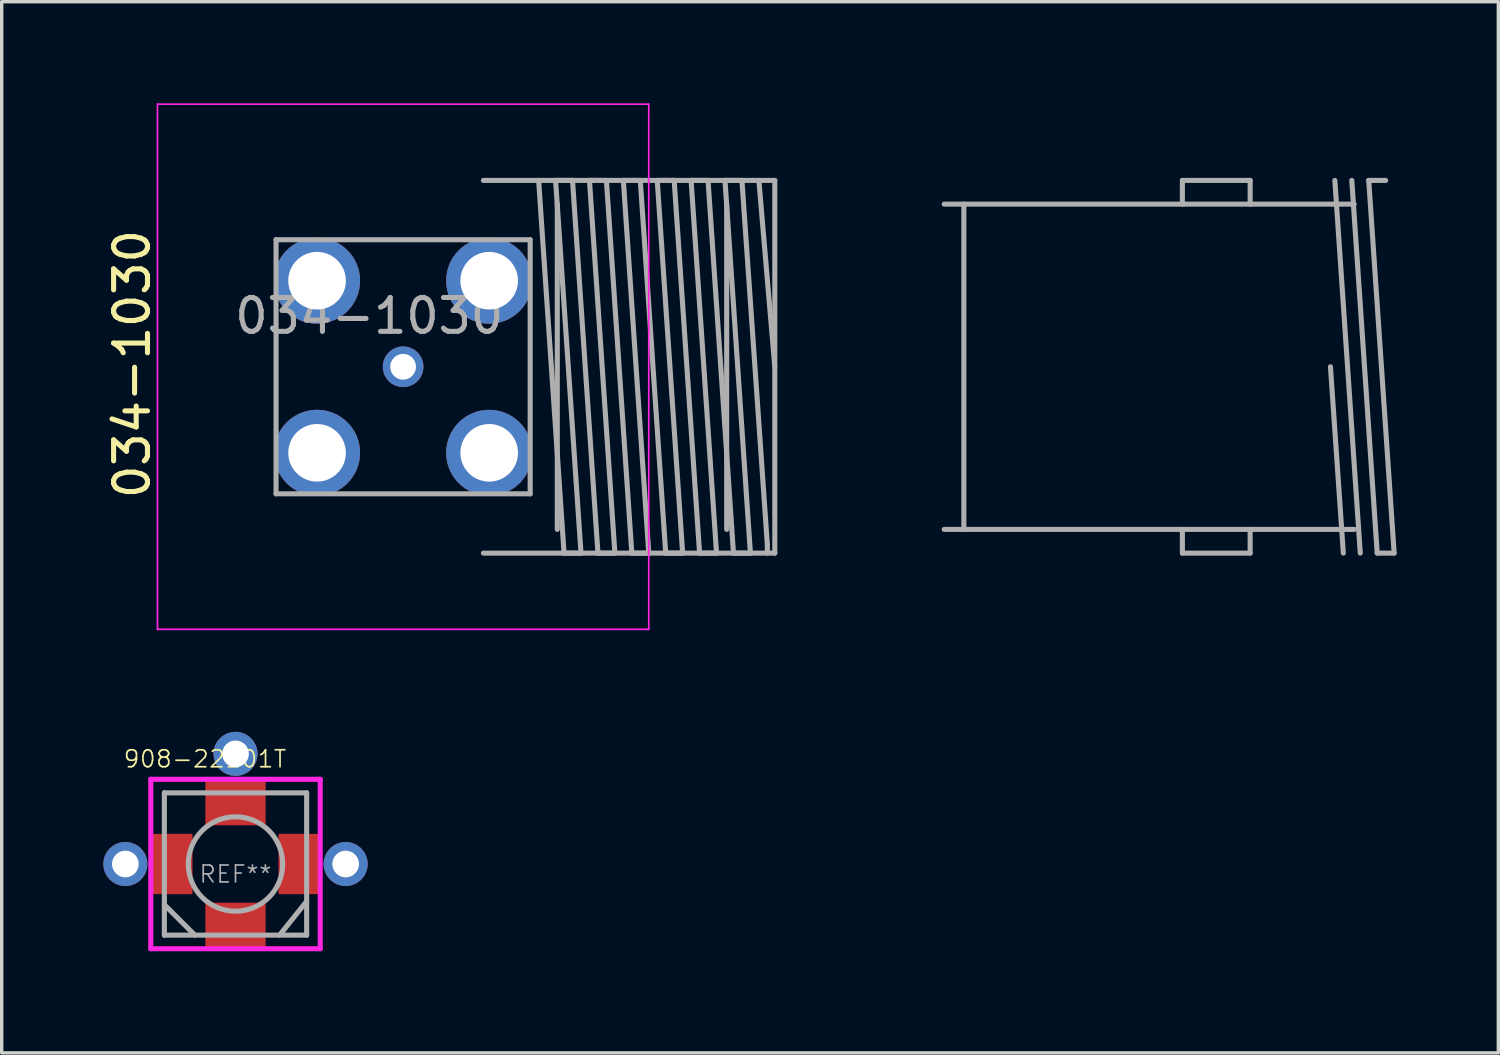
<source format=kicad_pcb>
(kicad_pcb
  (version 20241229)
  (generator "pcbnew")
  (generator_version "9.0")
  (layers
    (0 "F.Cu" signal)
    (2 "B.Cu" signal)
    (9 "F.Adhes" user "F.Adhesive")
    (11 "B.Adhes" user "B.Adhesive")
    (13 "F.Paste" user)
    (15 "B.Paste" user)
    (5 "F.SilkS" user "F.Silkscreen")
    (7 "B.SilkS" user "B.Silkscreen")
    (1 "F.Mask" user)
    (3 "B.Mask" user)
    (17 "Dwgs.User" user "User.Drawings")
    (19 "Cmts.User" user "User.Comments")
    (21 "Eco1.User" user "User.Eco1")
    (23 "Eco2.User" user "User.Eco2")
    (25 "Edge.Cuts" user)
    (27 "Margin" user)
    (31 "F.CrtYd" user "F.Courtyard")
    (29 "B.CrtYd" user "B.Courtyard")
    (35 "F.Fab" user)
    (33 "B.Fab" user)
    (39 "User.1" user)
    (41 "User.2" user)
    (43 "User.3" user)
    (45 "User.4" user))
  (footprint "908-22101T"
    (layer "F.Cu")
    (at 3.901 22.451)
    (property "Reference" "908-22101T" (at -0.9 -3.1 0) (layer "F.SilkS") (effects (font (size 0.5 0.5) (thickness 0.05))))
    (attr smd)
    (fp_line (start -2.5 -2.5) (end 2.5 -2.5) (stroke (width 0.15) (type solid)) (layer "F.CrtYd"))
    (fp_line (start -2.5 2.5) (end -2.5 -2.5) (stroke (width 0.15) (type solid)) (layer "F.CrtYd"))
    (fp_line (start 2.5 -2.5) (end 2.5 2.5) (stroke (width 0.15) (type solid)) (layer "F.CrtYd"))
    (fp_line (start 2.5 2.5) (end -2.5 2.5) (stroke (width 0.15) (type solid)) (layer "F.CrtYd"))
    (fp_line (start -2.1 -2.1) (end 2.1 -2.1) (stroke (width 0.15) (type solid)) (layer "F.Fab"))
    (fp_line (start -2.1 1.2) (end -1.2 2.1) (stroke (width 0.15) (type solid)) (layer "F.Fab"))
    (fp_line (start -2.1 2.1) (end -2.1 -2.1) (stroke (width 0.15) (type solid)) (layer "F.Fab"))
    (fp_line (start 2.1 -2.1) (end 2.1 2.1) (stroke (width 0.15) (type solid)) (layer "F.Fab"))
    (fp_line (start 2.1 1.1) (end 1.3 2.1) (stroke (width 0.15) (type solid)) (layer "F.Fab"))
    (fp_line (start 2.1 2.1) (end -2.1 2.1) (stroke (width 0.15) (type solid)) (layer "F.Fab"))
    (fp_circle (center 0 0) (end 1.3 0.5) (stroke (width 0.15) (type solid)) (fill no) (layer "F.Fab"))
    (fp_text user "REF**" (at 0 0.3 0) (layer "F.Fab") (effects (font (size 0.5 0.5) (thickness 0.05))))
    (pad "1" smd rect (at 0 1.841 90) (size 1.397 1.778) (layers "F.Cu" "F.Mask" "F.Paste"))
    (pad "2" thru_hole circle (at -3.251 0 90) (size 1.3 1.3) (drill 0.787) (layers "*.Cu" "*.Mask"))
    (pad "2" smd rect (at -1.905 0) (size 1.27 1.778) (layers "F.Cu" "F.Mask" "F.Paste"))
    (pad "2" thru_hole circle (at 0 -3.251 90) (size 1.3 1.3) (drill 0.787) (layers "*.Cu" "*.Mask"))
    (pad "2" smd rect (at 0 -1.841 90) (size 1.397 1.778) (layers "F.Cu" "F.Mask" "F.Paste"))
    (pad "2" smd rect (at 1.905 0) (size 1.27 1.778) (layers "F.Cu" "F.Mask" "F.Paste"))
    (pad "2" thru_hole circle (at 3.251 0 90) (size 1.3 1.3) (drill 0.787) (layers "*.Cu" "*.Mask")))
  (footprint "034-1030"
    (layer "F.Cu")
    (at 8.848 7.775)
    (property "Reference" "034-1030" (at -8 -0.08 90) (layer "F.SilkS") (effects (font (size 1 1) (thickness 0.15))))
    (attr through_hole)
    (fp_line (start -7.25 -7.75) (end -7.25 7.75) (stroke (width 0.05) (type solid)) (layer "F.CrtYd"))
    (fp_line (start -7.25 7.75) (end 7.25 7.75) (stroke (width 0.05) (type solid)) (layer "F.CrtYd"))
    (fp_line (start 7.25 -7.75) (end -7.25 -7.75) (stroke (width 0.05) (type solid)) (layer "F.CrtYd"))
    (fp_line (start 7.25 7.75) (end 7.25 -7.75) (stroke (width 0.05) (type solid)) (layer "F.CrtYd"))
    (fp_line (start -3.75 -3.75) (end -3.75 3.75) (stroke (width 0.15) (type solid)) (layer "F.Fab"))
    (fp_line (start -3.75 3.75) (end 3.75 3.75) (stroke (width 0.15) (type solid)) (layer "F.Fab"))
    (fp_line (start 3.75 -3.75) (end -3.75 -3.75) (stroke (width 0.15) (type solid)) (layer "F.Fab"))
    (fp_line (start 3.75 -3.75) (end 3.75 3.75) (stroke (width 0.15) (type solid)) (layer "F.Fab"))
    (fp_line (start 4 -5.5) (end 4.75 5.5) (stroke (width 0.15) (type solid)) (layer "F.Fab"))
    (fp_line (start 4.5 -5.5) (end 5 -5.5) (stroke (width 0.15) (type solid)) (layer "F.Fab"))
    (fp_line (start 4.55 -4.8) (end 4.55 4.8) (stroke (width 0.15) (type solid)) (layer "F.Fab"))
    (fp_line (start 4.75 5.5) (end 5.25 5.5) (stroke (width 0.15) (type solid)) (layer "F.Fab"))
    (fp_line (start 5 -5.5) (end 5.75 5.5) (stroke (width 0.15) (type solid)) (layer "F.Fab"))
    (fp_line (start 5.25 5.5) (end 4.5 -5.5) (stroke (width 0.15) (type solid)) (layer "F.Fab"))
    (fp_line (start 5.5 -5.5) (end 6 -5.5) (stroke (width 0.15) (type solid)) (layer "F.Fab"))
    (fp_line (start 5.75 5.5) (end 6.25 5.5) (stroke (width 0.15) (type solid)) (layer "F.Fab"))
    (fp_line (start 6 -5.5) (end 6.75 5.5) (stroke (width 0.15) (type solid)) (layer "F.Fab"))
    (fp_line (start 6.25 5.5) (end 5.5 -5.5) (stroke (width 0.15) (type solid)) (layer "F.Fab"))
    (fp_line (start 6.5 -5.5) (end 7 -5.5) (stroke (width 0.15) (type solid)) (layer "F.Fab"))
    (fp_line (start 6.75 5.5) (end 7.25 5.5) (stroke (width 0.15) (type solid)) (layer "F.Fab"))
    (fp_line (start 7 -5.5) (end 7.75 5.5) (stroke (width 0.15) (type solid)) (layer "F.Fab"))
    (fp_line (start 7.25 5.5) (end 6.5 -5.5) (stroke (width 0.15) (type solid)) (layer "F.Fab"))
    (fp_line (start 7.5 -5.5) (end 8 -5.5) (stroke (width 0.15) (type solid)) (layer "F.Fab"))
    (fp_line (start 7.75 5.5) (end 8.25 5.5) (stroke (width 0.15) (type solid)) (layer "F.Fab"))
    (fp_line (start 8 -5.5) (end 8.75 5.5) (stroke (width 0.15) (type solid)) (layer "F.Fab"))
    (fp_line (start 8.25 5.5) (end 7.5 -5.5) (stroke (width 0.15) (type solid)) (layer "F.Fab"))
    (fp_line (start 8.5 -5.5) (end 9 -5.5) (stroke (width 0.15) (type solid)) (layer "F.Fab"))
    (fp_line (start 8.75 5.5) (end 9.25 5.5) (stroke (width 0.15) (type solid)) (layer "F.Fab"))
    (fp_line (start 9 -5.5) (end 9.75 5.5) (stroke (width 0.15) (type solid)) (layer "F.Fab"))
    (fp_line (start 9.25 5.5) (end 8.5 -5.5) (stroke (width 0.15) (type solid)) (layer "F.Fab"))
    (fp_line (start 9.5 -5.5) (end 10 -5.5) (stroke (width 0.15) (type solid)) (layer "F.Fab"))
    (fp_line (start 9.55 -4.8) (end 9.55 4.8) (stroke (width 0.15) (type solid)) (layer "F.Fab"))
    (fp_line (start 9.75 5.5) (end 10.25 5.5) (stroke (width 0.15) (type solid)) (layer "F.Fab"))
    (fp_line (start 10 -5.5) (end 10.75 5.25) (stroke (width 0.15) (type solid)) (layer "F.Fab"))
    (fp_line (start 10.25 5.5) (end 9.5 -5.5) (stroke (width 0.15) (type solid)) (layer "F.Fab"))
    (fp_line (start 10.75 5.25) (end 10.75 5.5) (stroke (width 0.15) (type solid)) (layer "F.Fab"))
    (fp_line (start 10.97 -5.5) (end 2.37 -5.5) (stroke (width 0.15) (type solid)) (layer "F.Fab"))
    (fp_line (start 10.97 -5.5) (end 10.97 5.5) (stroke (width 0.15) (type solid)) (layer "F.Fab"))
    (fp_line (start 10.97 0) (end 10.5 -5.5) (stroke (width 0.15) (type solid)) (layer "F.Fab"))
    (fp_line (start 10.97 5.5) (end 2.37 5.5) (stroke (width 0.15) (type solid)) (layer "F.Fab"))
    (fp_line (start 15.97 -4.8) (end 28.07 -4.8) (stroke (width 0.15) (type solid)) (layer "F.Fab"))
    (fp_line (start 15.97 4.8) (end 28.07 4.8) (stroke (width 0.15) (type solid)) (layer "F.Fab"))
    (fp_line (start 16.55 -4.8) (end 16.55 4.8) (stroke (width 0.15) (type solid)) (layer "F.Fab"))
    (fp_line (start 23 -5.5) (end 25 -5.5) (stroke (width 0.15) (type solid)) (layer "F.Fab"))
    (fp_line (start 23 -4.8) (end 23 -5.5) (stroke (width 0.15) (type solid)) (layer "F.Fab"))
    (fp_line (start 23 4.8) (end 23 5.5) (stroke (width 0.15) (type solid)) (layer "F.Fab"))
    (fp_line (start 23 5.5) (end 25 5.5) (stroke (width 0.15) (type solid)) (layer "F.Fab"))
    (fp_line (start 25 -5.5) (end 25 -4.8) (stroke (width 0.15) (type solid)) (layer "F.Fab"))
    (fp_line (start 25 5.5) (end 25 4.8) (stroke (width 0.15) (type solid)) (layer "F.Fab"))
    (fp_line (start 27.75 5.5) (end 27.37 0) (stroke (width 0.15) (type solid)) (layer "F.Fab"))
    (fp_line (start 28 -5.5) (end 28.75 5.5) (stroke (width 0.15) (type solid)) (layer "F.Fab"))
    (fp_line (start 28.25 5.5) (end 27.5 -5.5) (stroke (width 0.15) (type solid)) (layer "F.Fab"))
    (fp_line (start 28.5 -5.5) (end 29 -5.5) (stroke (width 0.15) (type solid)) (layer "F.Fab"))
    (fp_line (start 28.75 5.5) (end 29.25 5.5) (stroke (width 0.15) (type solid)) (layer "F.Fab"))
    (fp_line (start 29.25 5.5) (end 28.5 -5.5) (stroke (width 0.15) (type solid)) (layer "F.Fab"))
    (fp_text user "${REFERENCE}" (at -1 -1.5 0) (layer "F.Fab") (effects (font (size 1 1) (thickness 0.15))))
    (pad "1" thru_hole circle (at 0 0) (size 1.2 1.2) (drill 0.76) (layers "*.Cu" "*.Mask"))
    (pad "2" thru_hole circle (at -2.54 -2.54) (size 2.54 2.54) (drill 1.7) (layers "*.Cu" "*.Mask"))
    (pad "2" thru_hole circle (at -2.54 2.54) (size 2.54 2.54) (drill 1.7) (layers "*.Cu" "*.Mask"))
    (pad "2" thru_hole circle (at 2.54 -2.54) (size 2.54 2.54) (drill 1.7) (layers "*.Cu" "*.Mask"))
    (pad "2" thru_hole circle (at 2.54 2.54) (size 2.54 2.54) (drill 1.7) (layers "*.Cu" "*.Mask")))
  (gr_rect
    (start -3 -3)
    (end 41.173 28.026)
    (stroke (width 0.1) (type default))
    (fill no)
    (layer "Edge.Cuts")))
</source>
